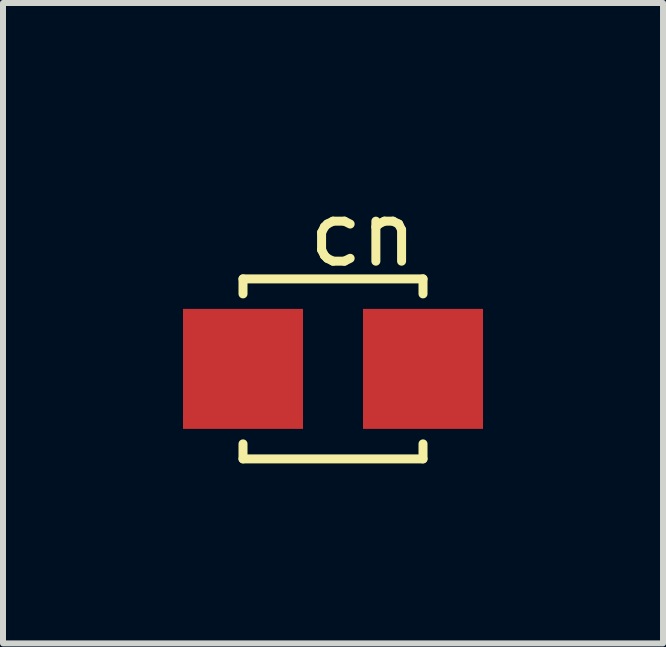
<source format=kicad_pcb>
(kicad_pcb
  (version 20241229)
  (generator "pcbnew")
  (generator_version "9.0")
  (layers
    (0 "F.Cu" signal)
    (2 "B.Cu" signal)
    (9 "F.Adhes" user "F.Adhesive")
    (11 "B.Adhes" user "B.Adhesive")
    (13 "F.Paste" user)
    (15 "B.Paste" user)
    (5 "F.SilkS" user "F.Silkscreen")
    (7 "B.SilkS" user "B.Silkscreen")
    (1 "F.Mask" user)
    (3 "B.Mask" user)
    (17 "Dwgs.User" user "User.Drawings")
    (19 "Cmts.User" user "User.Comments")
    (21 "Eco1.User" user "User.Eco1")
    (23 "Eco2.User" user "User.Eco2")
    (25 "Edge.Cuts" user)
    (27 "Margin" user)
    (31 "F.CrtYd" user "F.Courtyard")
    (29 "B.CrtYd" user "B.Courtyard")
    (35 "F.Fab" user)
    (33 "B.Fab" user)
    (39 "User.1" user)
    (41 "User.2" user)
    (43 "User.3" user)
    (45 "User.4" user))
  (footprint "cn"
    (layer "F.Cu")
    (at 3 3.098)
    (property "Reference" "cn" (at 0 -2.25 0) (layer "F.SilkS") (effects (font (size 1 1) (thickness 0.15))))
    (attr through_hole)
    (fp_line (start -2 -1.5) (end -2 -1.25) (stroke (width 0.15) (type solid)) (layer "F.SilkS"))
    (fp_line (start -2 -1.5) (end 1 -1.5) (stroke (width 0.15) (type solid)) (layer "F.SilkS"))
    (fp_line (start -2 1.5) (end -2 1.25) (stroke (width 0.15) (type solid)) (layer "F.SilkS"))
    (fp_line (start -2 1.5) (end 1 1.5) (stroke (width 0.15) (type solid)) (layer "F.SilkS"))
    (fp_line (start 1 -1.5) (end 1 -1.25) (stroke (width 0.15) (type solid)) (layer "F.SilkS"))
    (fp_line (start 1 1.5) (end 1 1.25) (stroke (width 0.15) (type solid)) (layer "F.SilkS"))
    (pad "1" smd rect (at -2 0) (size 2 2) (layers "F.Cu" "F.Mask" "F.Paste"))
    (pad "2" smd rect (at 1 0) (size 2 2) (layers "F.Cu" "F.Mask" "F.Paste")))
  (gr_rect
    (start -3 -3)
    (end 8 7.673)
    (stroke (width 0.1) (type default))
    (fill no)
    (layer "Edge.Cuts")))
</source>
